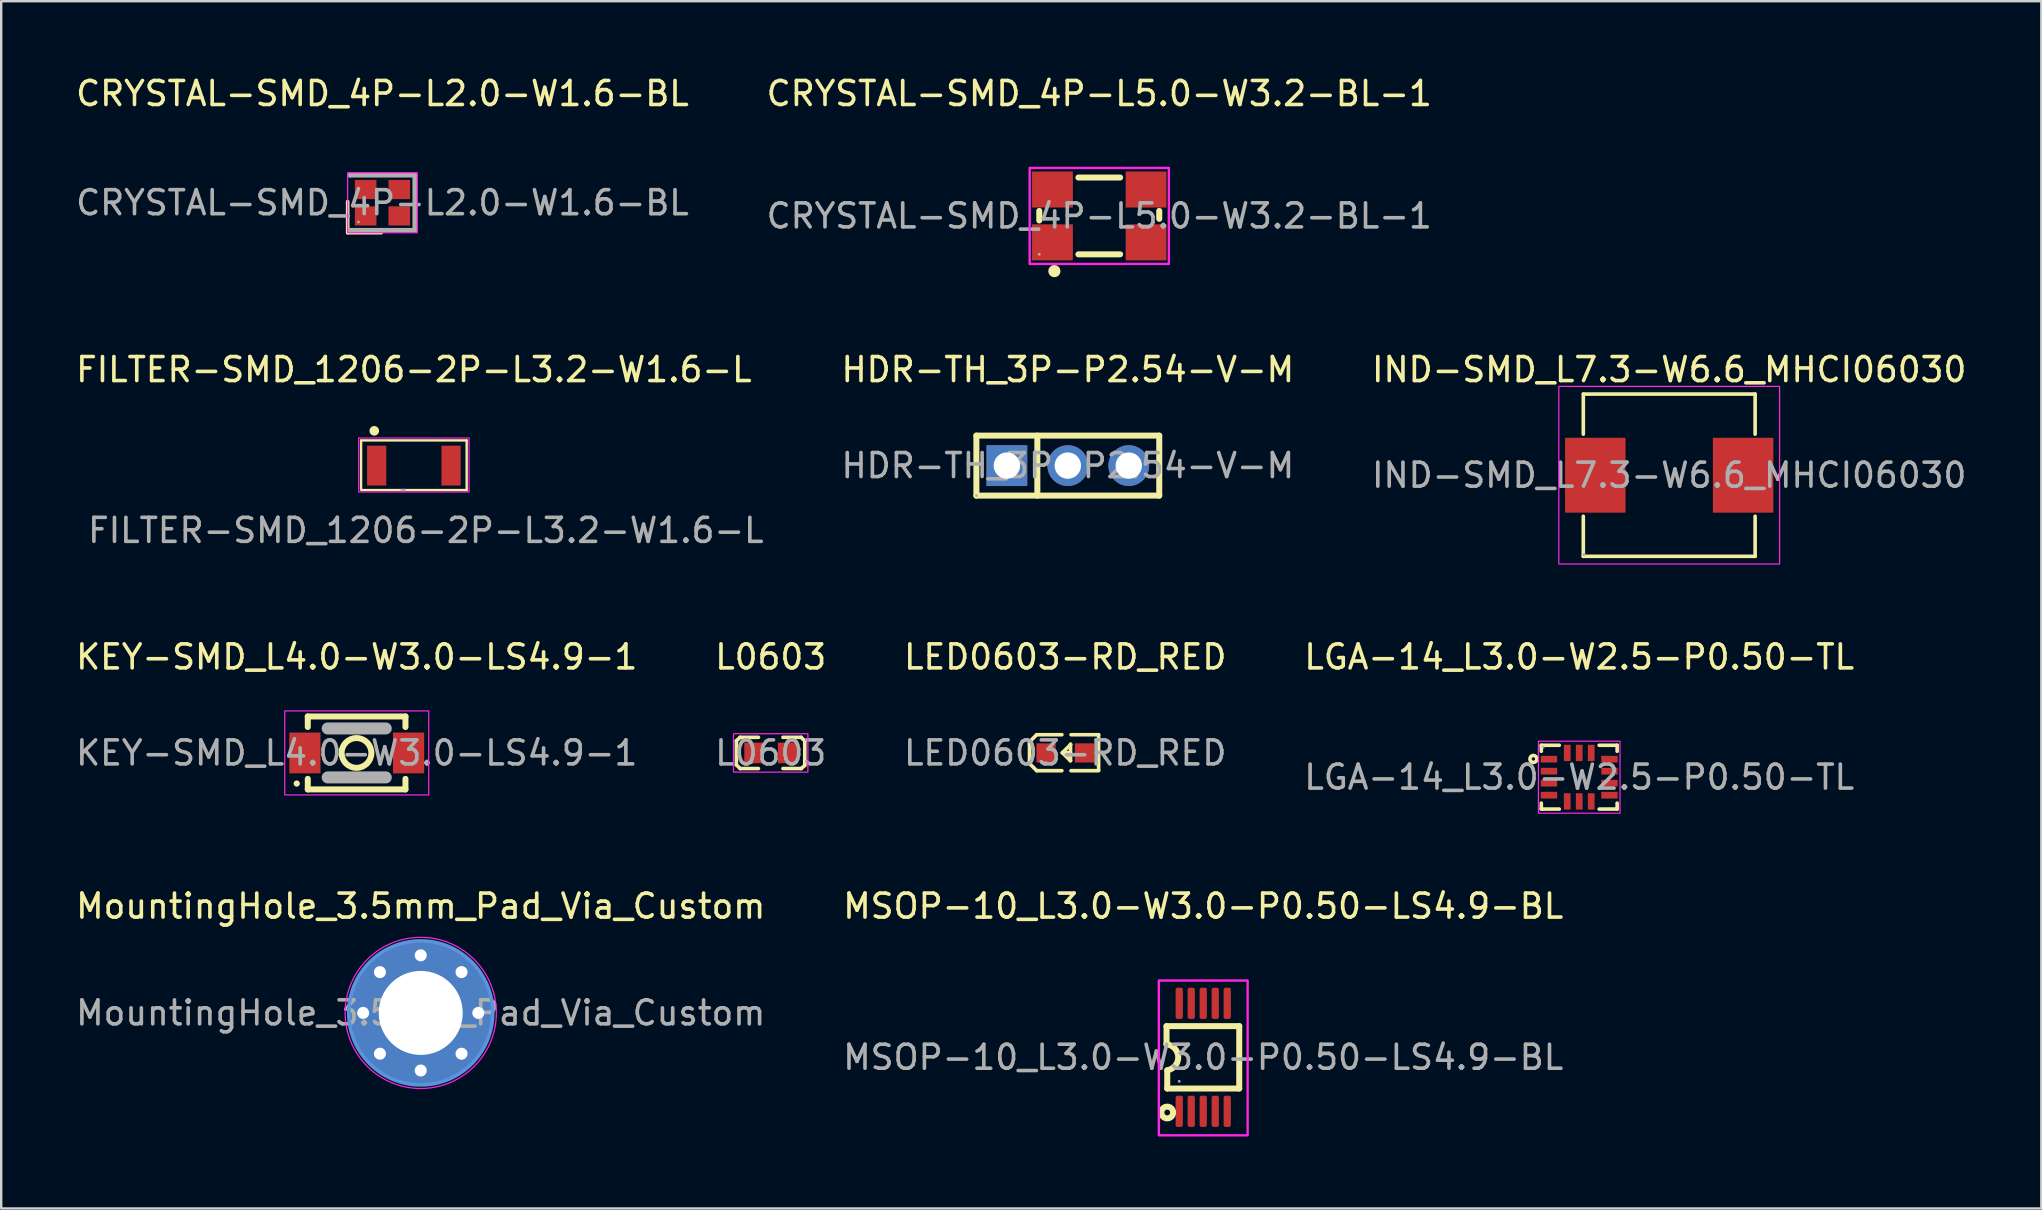
<source format=kicad_pcb>
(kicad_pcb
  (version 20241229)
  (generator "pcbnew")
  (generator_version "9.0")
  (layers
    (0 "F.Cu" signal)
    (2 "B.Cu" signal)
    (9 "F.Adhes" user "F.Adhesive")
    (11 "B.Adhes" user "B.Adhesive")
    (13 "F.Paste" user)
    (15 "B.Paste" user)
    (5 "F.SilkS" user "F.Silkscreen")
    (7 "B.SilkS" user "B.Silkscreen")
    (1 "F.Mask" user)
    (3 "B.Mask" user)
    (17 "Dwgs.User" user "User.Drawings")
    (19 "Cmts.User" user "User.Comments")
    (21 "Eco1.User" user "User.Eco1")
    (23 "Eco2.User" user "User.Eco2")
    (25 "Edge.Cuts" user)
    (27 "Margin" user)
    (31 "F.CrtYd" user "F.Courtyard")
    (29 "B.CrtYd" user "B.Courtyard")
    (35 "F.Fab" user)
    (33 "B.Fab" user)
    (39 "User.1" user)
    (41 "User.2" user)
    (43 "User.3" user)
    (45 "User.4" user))
  (footprint "HDR-TH_3P-P2.54-V-M"
    (layer "F.Cu")
    (at 41.446 16.352)
    (property "Reference" "HDR-TH_3P-P2.54-V-M" (at 0 -4 0) (layer "F.SilkS") (effects (font (size 1 1) (thickness 0.15))))
    (attr through_hole)
    (fp_line (start -3.81 -1.25) (end 3.81 -1.25) (stroke (width 0.25) (type solid)) (layer "F.SilkS"))
    (fp_line (start -3.81 1.25) (end -3.81 -1.25) (stroke (width 0.25) (type solid)) (layer "F.SilkS"))
    (fp_line (start -1.27 -1.25) (end -1.27 1.25) (stroke (width 0.25) (type solid)) (layer "F.SilkS"))
    (fp_line (start 3.81 -1.25) (end 3.81 1.25) (stroke (width 0.25) (type solid)) (layer "F.SilkS"))
    (fp_line (start 3.81 1.25) (end -3.81 1.25) (stroke (width 0.25) (type solid)) (layer "F.SilkS"))
    (fp_circle (center -3.81 1.25) (end -3.78 1.25) (stroke (width 0.06) (type solid)) (fill no) (layer "F.Fab"))
    (fp_text user "${REFERENCE}" (at 0 0 0) (layer "F.Fab") (effects (font (size 1 1) (thickness 0.15))))
    (pad "1" thru_hole rect (at -2.54 0) (size 1.7 1.7) (drill 1.1) (layers "*.Cu" "*.Mask"))
    (pad "2" thru_hole circle (at 0 0) (size 1.7 1.7) (drill 1.1) (layers "*.Cu" "*.Mask"))
    (pad "3" thru_hole circle (at 2.54 0) (size 1.7 1.7) (drill 1.1) (layers "*.Cu" "*.Mask")))
  (footprint "MSOP-10_L3.0-W3.0-P0.50-LS4.9-BL"
    (layer "F.Cu")
    (at 47.089 41.008)
    (property "Reference" "MSOP-10_L3.0-W3.0-P0.50-LS4.9-BL" (at 0 -6.3 0) (layer "F.SilkS") (effects (font (size 1 1) (thickness 0.15))))
    (attr smd)
    (fp_line (start -1.53 -1.3) (end -1.53 -0.55) (stroke (width 0.25) (type solid)) (layer "F.SilkS"))
    (fp_line (start -1.53 -1.3) (end 1.5 -1.3) (stroke (width 0.25) (type solid)) (layer "F.SilkS"))
    (fp_line (start -1.5 0.54) (end -1.5 1.3) (stroke (width 0.25) (type solid)) (layer "F.SilkS"))
    (fp_line (start -1.5 1.3) (end 1.5 1.3) (stroke (width 0.25) (type solid)) (layer "F.SilkS"))
    (fp_line (start 1.5 -1.3) (end 1.5 1.3) (stroke (width 0.25) (type solid)) (layer "F.SilkS"))
    (fp_arc (start -1.53584 -0.544763) (mid -1.04285 -0.018078) (end -1.5 0.54) (stroke (width 0.25) (type solid)) (layer "F.SilkS"))
    (fp_circle (center -1.5 2.3) (end -1.38 2.3) (stroke (width 0.25) (type solid)) (fill no) (layer "F.SilkS"))
    (fp_rect (start -1.85 -3.2) (end 1.85 3.25) (stroke (width 0.1) (type default)) (fill no) (layer "F.CrtYd"))
    (fp_circle (center -1 1) (end -0.97 1) (stroke (width 0.06) (type solid)) (fill no) (layer "F.Fab"))
    (fp_text user "${REFERENCE}" (at 0 0 0) (layer "F.Fab") (effects (font (size 1 1) (thickness 0.15))))
    (pad "1" smd roundrect (at -1 2.25) (size 0.3 1.3) (layers "F.Cu" "F.Mask" "F.Paste") (roundrect_rratio 0.25))
    (pad "2" smd roundrect (at -0.5 2.25) (size 0.3 1.3) (layers "F.Cu" "F.Mask" "F.Paste") (roundrect_rratio 0.25))
    (pad "3" smd roundrect (at 0 2.25) (size 0.3 1.3) (layers "F.Cu" "F.Mask" "F.Paste") (roundrect_rratio 0.25))
    (pad "4" smd roundrect (at 0.5 2.25) (size 0.3 1.3) (layers "F.Cu" "F.Mask" "F.Paste") (roundrect_rratio 0.25))
    (pad "5" smd roundrect (at 1 2.25) (size 0.3 1.3) (layers "F.Cu" "F.Mask" "F.Paste") (roundrect_rratio 0.25))
    (pad "6" smd roundrect (at 1 -2.25) (size 0.3 1.3) (layers "F.Cu" "F.Mask" "F.Paste") (roundrect_rratio 0.25))
    (pad "7" smd roundrect (at 0.5 -2.25) (size 0.3 1.3) (layers "F.Cu" "F.Mask" "F.Paste") (roundrect_rratio 0.25))
    (pad "8" smd roundrect (at 0 -2.25) (size 0.3 1.3) (layers "F.Cu" "F.Mask" "F.Paste") (roundrect_rratio 0.25))
    (pad "9" smd roundrect (at -0.5 -2.25) (size 0.3 1.3) (layers "F.Cu" "F.Mask" "F.Paste") (roundrect_rratio 0.25))
    (pad "10" smd roundrect (at -1 -2.25) (size 0.3 1.3) (layers "F.Cu" "F.Mask" "F.Paste") (roundrect_rratio 0.25)))
  (footprint "MountingHole_3.5mm_Pad_Via_Custom"
    (layer "F.Cu")
    (at 14.482 39.158)
    (property "Reference" "MountingHole_3.5mm_Pad_Via_Custom" (at 0 -4.45 0) (layer "F.SilkS") (effects (font (size 1 1) (thickness 0.15))))
    (attr exclude_from_pos_files exclude_from_bom)
    (fp_circle (center 0 0) (end 3 0) (stroke (width 0.15) (type solid)) (fill no) (layer "Cmts.User"))
    (fp_circle (center 0 0) (end 3.15 0) (stroke (width 0.05) (type solid)) (fill no) (layer "F.CrtYd"))
    (fp_text user "${REFERENCE}" (at 0 0 0) (layer "F.Fab") (effects (font (size 1 1) (thickness 0.15))))
    (pad "1" thru_hole circle (at -2.4 0) (size 0.8 0.8) (drill 0.5) (layers "*.Cu" "*.Mask"))
    (pad "1" thru_hole circle (at -1.7 -1.7) (size 0.8 0.8) (drill 0.5) (layers "*.Cu" "*.Mask"))
    (pad "1" thru_hole circle (at -1.7 1.7) (size 0.8 0.8) (drill 0.5) (layers "*.Cu" "*.Mask"))
    (pad "1" thru_hole circle (at 0 -2.4) (size 0.8 0.8) (drill 0.5) (layers "*.Cu" "*.Mask"))
    (pad "1" thru_hole circle (at 0 0) (size 6 6) (drill 3.5) (layers "*.Cu" "*.Mask"))
    (pad "1" thru_hole circle (at 0 2.4) (size 0.8 0.8) (drill 0.5) (layers "*.Cu" "*.Mask"))
    (pad "1" thru_hole circle (at 1.7 -1.7) (size 0.8 0.8) (drill 0.5) (layers "*.Cu" "*.Mask"))
    (pad "1" thru_hole circle (at 1.7 1.7) (size 0.8 0.8) (drill 0.5) (layers "*.Cu" "*.Mask"))
    (pad "1" thru_hole circle (at 2.4 0) (size 0.8 0.8) (drill 0.5) (layers "*.Cu" "*.Mask")))
  (footprint "FILTER-SMD_1206-2P-L3.2-W1.6-L"
    (layer "F.Cu")
    (at 14.196 16.352)
    (property "Reference" "FILTER-SMD_1206-2P-L3.2-W1.6-L" (at 0 -4 0) (layer "F.SilkS") (effects (font (size 1 1) (thickness 0.15))))
    (attr smd)
    (fp_line (start -2.2 -1.05) (end -2.2 0.97) (stroke (width 0.1) (type solid)) (layer "F.SilkS"))
    (fp_line (start 2.2 -1.05) (end -2.19 -1.05) (stroke (width 0.1) (type solid)) (layer "F.SilkS"))
    (fp_line (start 2.2 -1.05) (end 2.2 1.02) (stroke (width 0.1) (type solid)) (layer "F.SilkS"))
    (fp_line (start 2.2 1.02) (end -2.19 1.02) (stroke (width 0.1) (type solid)) (layer "F.SilkS"))
    (fp_circle (center -1.65 -1.45) (end -1.6 -1.45) (stroke (width 0.3) (type solid)) (fill yes) (layer "F.SilkS"))
    (fp_rect (start -2.3 -1.15) (end 2.3 1.1) (stroke (width 0.05) (type default)) (fill no) (layer "F.CrtYd"))
    (fp_line (start -0.38 1.02) (end -0.51 1.02) (stroke (width 0.1) (type solid)) (layer "F.Fab"))
    (fp_text user "${REFERENCE}" (at 0.5 2.7 0) (layer "F.Fab") (effects (font (size 1 1) (thickness 0.15))))
    (pad "1" smd rect (at -1.55 0) (size 0.8 1.66) (layers "F.Cu" "F.Mask" "F.Paste"))
    (pad "2" smd rect (at 1.55 0) (size 0.8 1.66) (layers "F.Cu" "F.Mask" "F.Paste")))
  (footprint "LGA-14_L3.0-W2.5-P0.50-TL"
    (layer "F.Cu")
    (at 62.756 29.335)
    (property "Reference" "LGA-14_L3.0-W2.5-P0.50-TL" (at 0 -5.01 0) (layer "F.SilkS") (effects (font (size 1 1) (thickness 0.15))))
    (attr smd)
    (fp_line (start -1.58 -1.33) (end -1.58 -1.08) (stroke (width 0.15) (type solid)) (layer "F.SilkS"))
    (fp_line (start -1.58 1.33) (end -1.58 1.08) (stroke (width 0.15) (type solid)) (layer "F.SilkS"))
    (fp_line (start -0.83 -1.33) (end -1.58 -1.33) (stroke (width 0.15) (type solid)) (layer "F.SilkS"))
    (fp_line (start -0.83 1.33) (end -1.58 1.33) (stroke (width 0.15) (type solid)) (layer "F.SilkS"))
    (fp_line (start 0.83 -1.33) (end 1.58 -1.33) (stroke (width 0.15) (type solid)) (layer "F.SilkS"))
    (fp_line (start 0.83 1.33) (end 1.58 1.33) (stroke (width 0.15) (type solid)) (layer "F.SilkS"))
    (fp_line (start 1.58 -1.33) (end 1.58 -1.08) (stroke (width 0.15) (type solid)) (layer "F.SilkS"))
    (fp_line (start 1.58 1.33) (end 1.58 1.08) (stroke (width 0.15) (type solid)) (layer "F.SilkS"))
    (fp_circle (center -1.91 -0.76) (end -1.84 -0.76) (stroke (width 0.15) (type solid)) (fill no) (layer "F.SilkS"))
    (fp_rect (start -1.7 -1.5) (end 1.7 1.5) (stroke (width 0.05) (type default)) (fill no) (layer "F.CrtYd"))
    (fp_circle (center -1.5 -1.25) (end -1.47 -1.25) (stroke (width 0.06) (type solid)) (fill no) (layer "F.Fab"))
    (fp_text user "${REFERENCE}" (at 0 0 0) (layer "F.Fab") (effects (font (size 1 1) (thickness 0.15))))
    (pad "1" smd rect (at -1.26 -0.75) (size 0.68 0.28) (layers "F.Cu" "F.Mask" "F.Paste"))
    (pad "2" smd rect (at -1.26 -0.25) (size 0.68 0.28) (layers "F.Cu" "F.Mask" "F.Paste"))
    (pad "3" smd rect (at -1.26 0.25) (size 0.68 0.28) (layers "F.Cu" "F.Mask" "F.Paste"))
    (pad "4" smd rect (at -1.26 0.75) (size 0.68 0.28) (layers "F.Cu" "F.Mask" "F.Paste"))
    (pad "5" smd rect (at -0.5 1.01) (size 0.28 0.68) (layers "F.Cu" "F.Mask" "F.Paste"))
    (pad "6" smd rect (at 0 1.01) (size 0.28 0.68) (layers "F.Cu" "F.Mask" "F.Paste"))
    (pad "7" smd rect (at 0.5 1.01) (size 0.28 0.68) (layers "F.Cu" "F.Mask" "F.Paste"))
    (pad "8" smd rect (at 1.26 0.75) (size 0.68 0.28) (layers "F.Cu" "F.Mask" "F.Paste"))
    (pad "9" smd rect (at 1.26 0.25) (size 0.68 0.28) (layers "F.Cu" "F.Mask" "F.Paste"))
    (pad "10" smd rect (at 1.26 -0.25) (size 0.68 0.28) (layers "F.Cu" "F.Mask" "F.Paste"))
    (pad "11" smd rect (at 1.26 -0.75) (size 0.68 0.28) (layers "F.Cu" "F.Mask" "F.Paste"))
    (pad "12" smd rect (at 0.5 -1.01) (size 0.28 0.68) (layers "F.Cu" "F.Mask" "F.Paste"))
    (pad "13" smd rect (at 0 -1.01) (size 0.28 0.68) (layers "F.Cu" "F.Mask" "F.Paste"))
    (pad "14" smd rect (at -0.5 -1.01) (size 0.28 0.68) (layers "F.Cu" "F.Mask" "F.Paste")))
  (footprint "CRYSTAL-SMD_4P-L2.0-W1.6-BL"
    (layer "F.Cu")
    (at 12.887 5.398)
    (property "Reference" "CRYSTAL-SMD_4P-L2.0-W1.6-BL" (at 0 -4.55 0) (layer "F.SilkS") (effects (font (size 1 1) (thickness 0.15))))
    (attr smd)
    (fp_line (start -1.45 -0.05) (end -1.45 1.25) (stroke (width 0.15) (type solid)) (layer "F.SilkS"))
    (fp_line (start -1.45 1.25) (end -0.05 1.25) (stroke (width 0.15) (type solid)) (layer "F.SilkS"))
    (fp_rect (start -1.45 -1.25) (end 1.45 1.25) (stroke (width 0.05) (type default)) (fill no) (layer "F.CrtYd"))
    (fp_line (start -1.35 -1.15) (end -1.35 -1.15) (stroke (width 0.2) (type solid)) (layer "F.Fab"))
    (fp_line (start -1.35 -1.15) (end 1.35 -1.15) (stroke (width 0.2) (type solid)) (layer "F.Fab"))
    (fp_line (start 1.35 -1.15) (end 1.35 1.15) (stroke (width 0.2) (type solid)) (layer "F.Fab"))
    (fp_line (start 1.35 1.15) (end -1.35 1.15) (stroke (width 0.2) (type solid)) (layer "F.Fab"))
    (fp_circle (center -1 0.8) (end -0.97 0.8) (stroke (width 0.06) (type solid)) (fill no) (layer "F.Fab"))
    (fp_text user "${REFERENCE}" (at 0 0 0) (layer "F.Fab") (effects (font (size 1 1) (thickness 0.15))))
    (pad "1" smd rect (at -0.7 0.55) (size 0.9 0.8) (layers "F.Cu" "F.Mask" "F.Paste"))
    (pad "2" smd rect (at 0.7 0.55) (size 0.9 0.8) (layers "F.Cu" "F.Mask" "F.Paste"))
    (pad "3" smd rect (at 0.7 -0.55) (size 0.9 0.8) (layers "F.Cu" "F.Mask" "F.Paste"))
    (pad "4" smd rect (at -0.7 -0.55) (size 0.9 0.8) (layers "F.Cu" "F.Mask" "F.Paste")))
  (footprint "L0603"
    (layer "F.Cu")
    (at 29.065 28.325)
    (property "Reference" "L0603" (at 0 -4 0) (layer "F.SilkS") (effects (font (size 1 1) (thickness 0.15))))
    (attr smd)
    (fp_line (start -1.43 -0.51) (end -1.27 -0.65) (stroke (width 0.15) (type solid)) (layer "F.SilkS"))
    (fp_line (start -1.43 0.5) (end -1.43 -0.51) (stroke (width 0.15) (type solid)) (layer "F.SilkS"))
    (fp_line (start -1.28 -0.65) (end -0.51 -0.65) (stroke (width 0.15) (type solid)) (layer "F.SilkS"))
    (fp_line (start -1.28 0.65) (end -0.51 0.65) (stroke (width 0.15) (type solid)) (layer "F.SilkS"))
    (fp_line (start -1.27 0.65) (end -1.43 0.5) (stroke (width 0.15) (type solid)) (layer "F.SilkS"))
    (fp_line (start 1.27 -0.65) (end 0.51 -0.65) (stroke (width 0.15) (type solid)) (layer "F.SilkS"))
    (fp_line (start 1.27 -0.65) (end 1.42 -0.5) (stroke (width 0.15) (type solid)) (layer "F.SilkS"))
    (fp_line (start 1.27 0.65) (end 0.51 0.65) (stroke (width 0.15) (type solid)) (layer "F.SilkS"))
    (fp_line (start 1.42 -0.5) (end 1.42 0.52) (stroke (width 0.15) (type solid)) (layer "F.SilkS"))
    (fp_line (start 1.42 0.52) (end 1.27 0.65) (stroke (width 0.15) (type solid)) (layer "F.SilkS"))
    (fp_rect (start -1.55 -0.8) (end 1.55 0.8) (stroke (width 0.05) (type default)) (fill no) (layer "F.CrtYd"))
    (fp_circle (center -0.8 0.4) (end -0.77 0.4) (stroke (width 0.06) (type solid)) (fill no) (layer "F.Fab"))
    (fp_text user "${REFERENCE}" (at 0 0 0) (layer "F.Fab") (effects (font (size 1 1) (thickness 0.15))))
    (pad "1" smd rect (at -0.7 0 180) (size 0.8 0.86) (layers "F.Cu" "F.Mask" "F.Paste"))
    (pad "2" smd rect (at 0.7 0 180) (size 0.8 0.86) (layers "F.Cu" "F.Mask" "F.Paste")))
  (footprint "KEY-SMD_L4.0-W3.0-LS4.9-1"
    (layer "F.Cu")
    (at 11.815 28.325)
    (property "Reference" "KEY-SMD_L4.0-W3.0-LS4.9-1" (at 0 -4 0) (layer "F.SilkS") (effects (font (size 1 1) (thickness 0.15))))
    (attr smd)
    (fp_line (start -2.04 -1.52) (end 2.03 -1.52) (stroke (width 0.25) (type solid)) (layer "F.SilkS"))
    (fp_line (start -2.04 -1.08) (end -2.04 -1.52) (stroke (width 0.25) (type solid)) (layer "F.SilkS"))
    (fp_line (start -2.04 1.52) (end -2.04 1.08) (stroke (width 0.25) (type solid)) (layer "F.SilkS"))
    (fp_line (start 2.03 -1.52) (end 2.03 -1.08) (stroke (width 0.25) (type solid)) (layer "F.SilkS"))
    (fp_line (start 2.03 1.08) (end 2.03 1.52) (stroke (width 0.25) (type solid)) (layer "F.SilkS"))
    (fp_line (start 2.03 1.52) (end -2.04 1.52) (stroke (width 0.25) (type solid)) (layer "F.SilkS"))
    (fp_circle (center -2.5 1.275) (end -2.4 1.275) (stroke (width 0.06) (type solid)) (fill yes) (layer "F.SilkS"))
    (fp_circle (center -0.01 0) (end 0.61 0) (stroke (width 0.25) (type solid)) (fill no) (layer "F.SilkS"))
    (fp_rect (start -3 -1.75) (end 3 1.75) (stroke (width 0.05) (type default)) (fill no) (layer "F.CrtYd"))
    (fp_line (start -1.21 -1.02) (end 1.21 -1.02) (stroke (width 0.5) (type solid)) (layer "F.Fab"))
    (fp_line (start 1.21 1.02) (end -1.21 1.02) (stroke (width 0.5) (type solid)) (layer "F.Fab"))
    (fp_text user "${REFERENCE}" (at 0 0 0) (layer "F.Fab") (effects (font (size 1 1) (thickness 0.15))))
    (pad "1" smd rect (at -2.16 0) (size 1.3 1.7) (layers "F.Cu" "F.Mask" "F.Paste"))
    (pad "2" smd rect (at 2.16 0) (size 1.3 1.7) (layers "F.Cu" "F.Mask" "F.Paste")))
  (footprint "CRYSTAL-SMD_4P-L5.0-W3.2-BL-1"
    (layer "F.Cu")
    (at 42.756 5.948)
    (property "Reference" "CRYSTAL-SMD_4P-L5.0-W3.2-BL-1" (at 0 -5.1 0) (layer "F.SilkS") (effects (font (size 1 1) (thickness 0.15))))
    (attr smd)
    (fp_line (start -2.5 -0.21) (end -2.5 0.19) (stroke (width 0.25) (type solid)) (layer "F.SilkS"))
    (fp_line (start -0.87 -1.6) (end 0.87 -1.6) (stroke (width 0.25) (type solid)) (layer "F.SilkS"))
    (fp_line (start -0.87 1.6) (end 0.87 1.6) (stroke (width 0.25) (type solid)) (layer "F.SilkS"))
    (fp_line (start 2.5 -0.21) (end 2.5 0.12) (stroke (width 0.25) (type solid)) (layer "F.SilkS"))
    (fp_circle (center -1.87 2.3) (end -1.74 2.3) (stroke (width 0.25) (type solid)) (fill no) (layer "F.SilkS"))
    (fp_rect (start -2.9 -2) (end 2.9 2) (stroke (width 0.1) (type default)) (fill no) (layer "F.CrtYd"))
    (fp_circle (center -2.5 1.6) (end -2.47 1.6) (stroke (width 0.06) (type solid)) (fill no) (layer "F.Fab"))
    (fp_text user "${REFERENCE}" (at 0 0 0) (layer "F.Fab") (effects (font (size 1 1) (thickness 0.15))))
    (pad "1" smd rect (at -1.95 1.1) (size 1.7 1.5) (layers "F.Cu" "F.Mask" "F.Paste"))
    (pad "2" smd rect (at 1.95 1.1) (size 1.7 1.5) (layers "F.Cu" "F.Mask" "F.Paste"))
    (pad "3" smd rect (at 1.95 -1.1) (size 1.7 1.5) (layers "F.Cu" "F.Mask" "F.Paste"))
    (pad "4" smd rect (at -1.95 -1.1) (size 1.7 1.5) (layers "F.Cu" "F.Mask" "F.Paste")))
  (footprint "IND-SMD_L7.3-W6.6_MHCI06030"
    (layer "F.Cu")
    (at 66.506 16.752)
    (property "Reference" "IND-SMD_L7.3-W6.6_MHCI06030" (at 0 -4.4 0) (layer "F.SilkS") (effects (font (size 1 1) (thickness 0.15))))
    (attr smd)
    (fp_line (start -3.58 -3.38) (end 3.58 -3.38) (stroke (width 0.15) (type solid)) (layer "F.SilkS"))
    (fp_line (start -3.58 -1.71) (end -3.58 -3.38) (stroke (width 0.15) (type solid)) (layer "F.SilkS"))
    (fp_line (start -3.58 1.71) (end -3.58 3.38) (stroke (width 0.15) (type solid)) (layer "F.SilkS"))
    (fp_line (start -3.58 3.38) (end 3.58 3.38) (stroke (width 0.15) (type solid)) (layer "F.SilkS"))
    (fp_line (start 3.58 -3.38) (end 3.58 -1.71) (stroke (width 0.15) (type solid)) (layer "F.SilkS"))
    (fp_line (start 3.58 3.38) (end 3.58 1.71) (stroke (width 0.15) (type solid)) (layer "F.SilkS"))
    (fp_rect (start -4.6 -3.7) (end 4.6 3.7) (stroke (width 0.05) (type default)) (fill no) (layer "F.CrtYd"))
    (fp_circle (center -3.55 3.31) (end -3.52 3.31) (stroke (width 0.06) (type solid)) (fill no) (layer "F.Fab"))
    (fp_text user "${REFERENCE}" (at 0 0 0) (layer "F.Fab") (effects (font (size 1 1) (thickness 0.15))))
    (pad "1" smd rect (at -3.08 0) (size 2.52 3.12) (layers "F.Cu" "F.Mask" "F.Paste"))
    (pad "2" smd rect (at 3.08 0) (size 2.52 3.12) (layers "F.Cu" "F.Mask" "F.Paste")))
  (footprint "LED0603-RD_RED"
    (layer "F.Cu")
    (at 41.339 28.325)
    (property "Reference" "LED0603-RD_RED" (at 0 -4 0) (layer "F.SilkS") (effects (font (size 1 1) (thickness 0.15))))
    (attr smd)
    (fp_line (start -1.49 -0.46) (end -1.19 -0.76) (stroke (width 0.15) (type solid)) (layer "F.SilkS"))
    (fp_line (start -1.49 -0.36) (end -1.49 -0.46) (stroke (width 0.15) (type solid)) (layer "F.SilkS"))
    (fp_line (start -1.49 -0.36) (end -1.49 0.34) (stroke (width 0.15) (type solid)) (layer "F.SilkS"))
    (fp_line (start -1.49 0.34) (end -1.49 0.44) (stroke (width 0.15) (type solid)) (layer "F.SilkS"))
    (fp_line (start -1.49 0.44) (end -1.19 0.74) (stroke (width 0.15) (type solid)) (layer "F.SilkS"))
    (fp_line (start -0.14 -0.76) (end -1.19 -0.76) (stroke (width 0.15) (type solid)) (layer "F.SilkS"))
    (fp_line (start -0.14 0.74) (end -1.19 0.74) (stroke (width 0.15) (type solid)) (layer "F.SilkS"))
    (fp_line (start 0.21 0.32) (end -0.12 -0.01) (stroke (width 0.15) (type solid)) (layer "F.SilkS"))
    (fp_line (start 0.22 -0.36) (end 0.22 -0.35) (stroke (width 0.15) (type solid)) (layer "F.SilkS"))
    (fp_line (start 0.22 -0.36) (end 0.22 0.32) (stroke (width 0.15) (type solid)) (layer "F.SilkS"))
    (fp_line (start 0.22 -0.35) (end -0.12 -0.01) (stroke (width 0.15) (type solid)) (layer "F.SilkS"))
    (fp_line (start 0.22 -0.01) (end -0.12 -0.01) (stroke (width 0.15) (type solid)) (layer "F.SilkS"))
    (fp_line (start 0.22 0.32) (end 0.21 0.32) (stroke (width 0.15) (type solid)) (layer "F.SilkS"))
    (fp_line (start 0.24 -0.76) (end 1.39 -0.76) (stroke (width 0.15) (type solid)) (layer "F.SilkS"))
    (fp_line (start 0.24 0.74) (end 1.39 0.74) (stroke (width 0.15) (type solid)) (layer "F.SilkS"))
    (fp_line (start 1.39 -0.76) (end 1.39 0.72) (stroke (width 0.15) (type solid)) (layer "F.SilkS"))
    (fp_circle (center -0.8 0.4) (end -0.77 0.4) (stroke (width 0.06) (type solid)) (fill no) (layer "F.Fab"))
    (fp_text user "${REFERENCE}" (at 0 0 0) (layer "F.Fab") (effects (font (size 1 1) (thickness 0.15))))
    (pad "1" smd rect (at -0.8 0 90) (size 0.8 0.8) (layers "F.Cu" "F.Mask" "F.Paste"))
    (pad "2" smd rect (at 0.8 0 90) (size 0.8 0.8) (layers "F.Cu" "F.Mask" "F.Paste")))
  (gr_rect
    (start -3 -3)
    (end 82.012 47.308)
    (stroke (width 0.1) (type default))
    (fill no)
    (layer "Edge.Cuts")))
</source>
